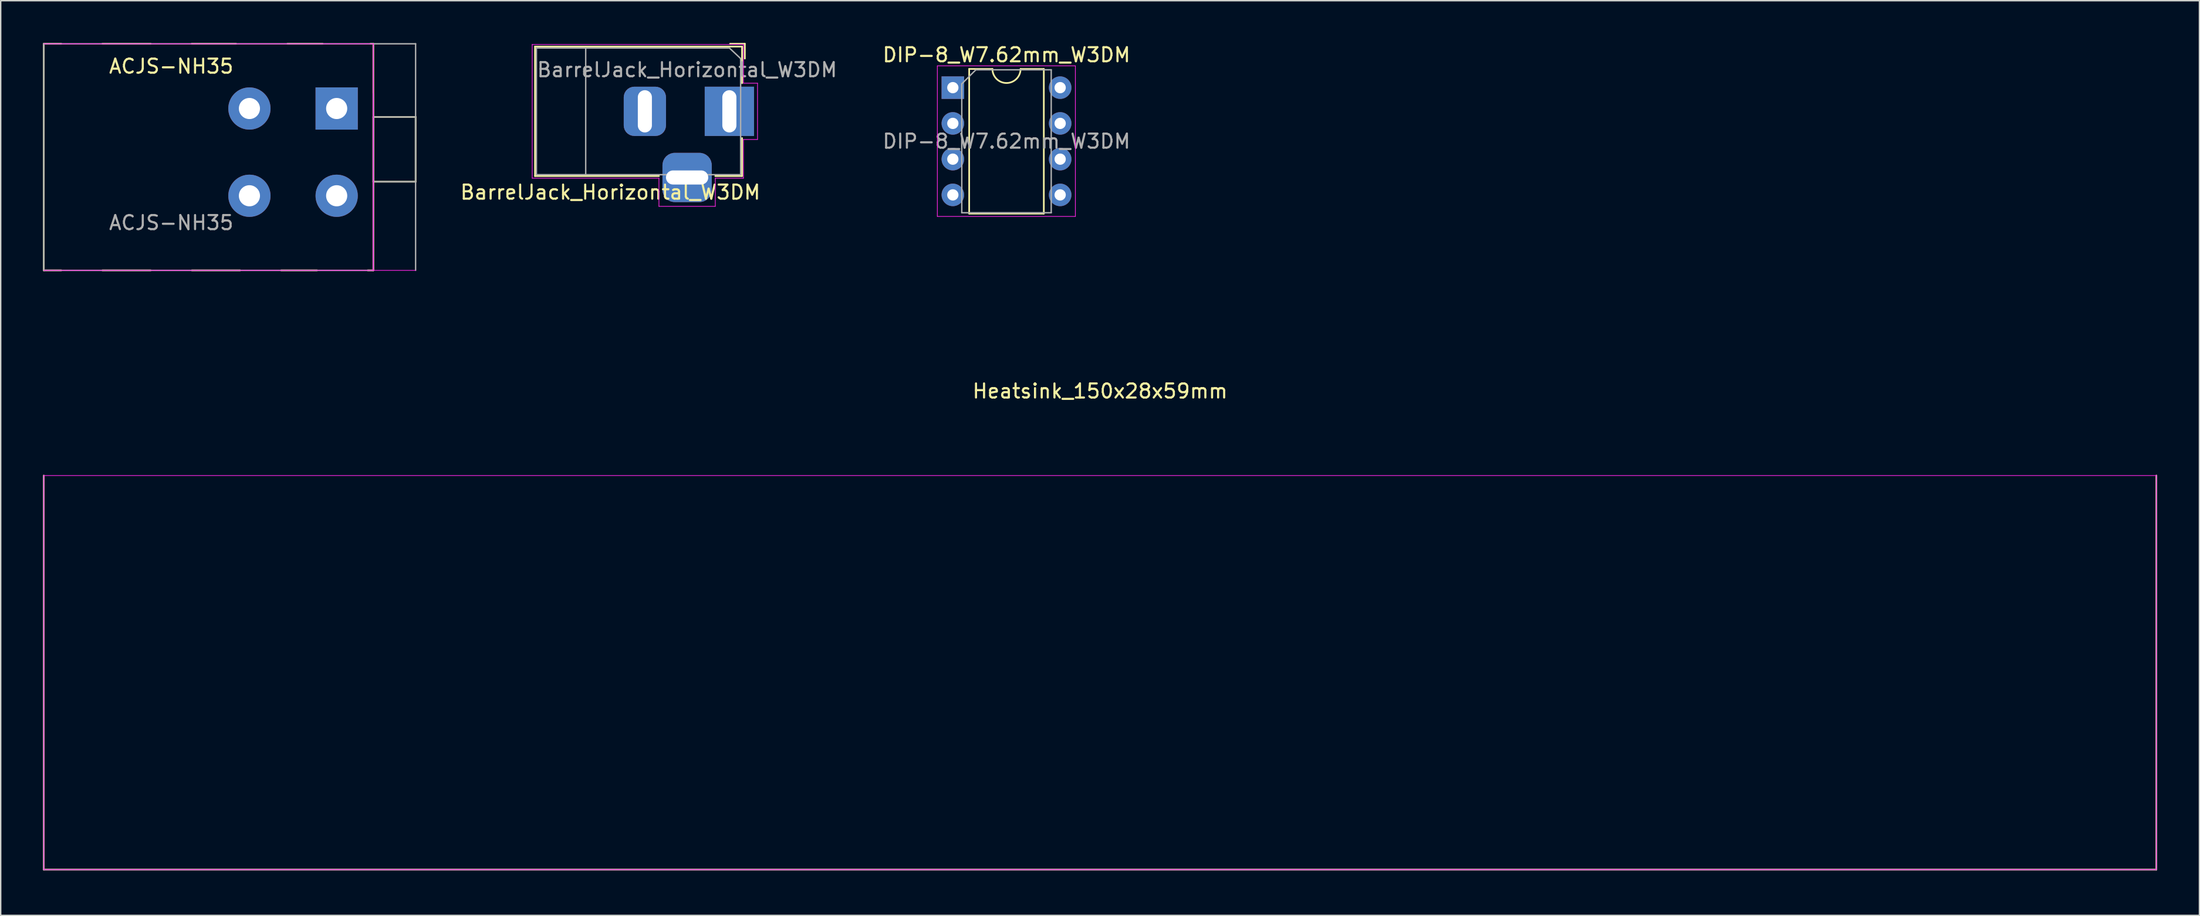
<source format=kicad_pcb>
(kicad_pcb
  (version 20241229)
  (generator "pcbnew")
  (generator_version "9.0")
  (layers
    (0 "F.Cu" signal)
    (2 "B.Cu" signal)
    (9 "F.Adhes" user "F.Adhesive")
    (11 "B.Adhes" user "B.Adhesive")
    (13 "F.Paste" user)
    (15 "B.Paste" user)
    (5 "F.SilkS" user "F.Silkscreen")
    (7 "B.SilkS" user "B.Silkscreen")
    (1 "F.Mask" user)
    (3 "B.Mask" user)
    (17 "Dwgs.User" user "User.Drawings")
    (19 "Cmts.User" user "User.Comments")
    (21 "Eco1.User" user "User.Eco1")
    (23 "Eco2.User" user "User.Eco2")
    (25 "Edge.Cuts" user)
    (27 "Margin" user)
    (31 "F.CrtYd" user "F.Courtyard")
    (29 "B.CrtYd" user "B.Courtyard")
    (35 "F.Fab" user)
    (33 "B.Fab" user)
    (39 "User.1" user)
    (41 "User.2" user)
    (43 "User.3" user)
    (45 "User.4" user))
  (footprint "BarrelJack_Horizontal_W3DM"
    (layer "F.Cu")
    (at 48.738 4.86)
    (property "Reference" "BarrelJack_Horizontal_W3DM" (at -8.45 5.75 0) (layer "F.SilkS") (effects (font (size 1 1) (thickness 0.15))))
    (attr through_hole)
    (fp_line (start -13.8 -4.6) (end 0.9 -4.6) (stroke (width 0.12) (type solid)) (layer "F.SilkS"))
    (fp_line (start -13.8 4.6) (end -13.8 -4.6) (stroke (width 0.12) (type solid)) (layer "F.SilkS"))
    (fp_line (start -5 4.6) (end -13.8 4.6) (stroke (width 0.12) (type solid)) (layer "F.SilkS"))
    (fp_line (start 0.05 -4.8) (end 1.1 -4.8) (stroke (width 0.12) (type solid)) (layer "F.SilkS"))
    (fp_line (start 0.9 -4.6) (end 0.9 -2) (stroke (width 0.12) (type solid)) (layer "F.SilkS"))
    (fp_line (start 0.9 1.9) (end 0.9 4.6) (stroke (width 0.12) (type solid)) (layer "F.SilkS"))
    (fp_line (start 0.9 4.6) (end -1 4.6) (stroke (width 0.12) (type solid)) (layer "F.SilkS"))
    (fp_line (start 1.1 -3.75) (end 1.1 -4.8) (stroke (width 0.12) (type solid)) (layer "F.SilkS"))
    (fp_line (start -14 4.75) (end -14 -4.75) (stroke (width 0.05) (type solid)) (layer "F.CrtYd"))
    (fp_line (start -5 4.75) (end -14 4.75) (stroke (width 0.05) (type solid)) (layer "F.CrtYd"))
    (fp_line (start -5 6.75) (end -5 4.75) (stroke (width 0.05) (type solid)) (layer "F.CrtYd"))
    (fp_line (start -1 4.75) (end -1 6.75) (stroke (width 0.05) (type solid)) (layer "F.CrtYd"))
    (fp_line (start -1 6.75) (end -5 6.75) (stroke (width 0.05) (type solid)) (layer "F.CrtYd"))
    (fp_line (start 1 -4.75) (end -14 -4.75) (stroke (width 0.05) (type solid)) (layer "F.CrtYd"))
    (fp_line (start 1 -4.5) (end 1 -4.75) (stroke (width 0.05) (type solid)) (layer "F.CrtYd"))
    (fp_line (start 1 -4.5) (end 1 -2) (stroke (width 0.05) (type solid)) (layer "F.CrtYd"))
    (fp_line (start 1 -2) (end 2 -2) (stroke (width 0.05) (type solid)) (layer "F.CrtYd"))
    (fp_line (start 1 2) (end 1 4.75) (stroke (width 0.05) (type solid)) (layer "F.CrtYd"))
    (fp_line (start 1 4.75) (end -1 4.75) (stroke (width 0.05) (type solid)) (layer "F.CrtYd"))
    (fp_line (start 2 -2) (end 2 2) (stroke (width 0.05) (type solid)) (layer "F.CrtYd"))
    (fp_line (start 2 2) (end 1 2) (stroke (width 0.05) (type solid)) (layer "F.CrtYd"))
    (fp_line (start -13.7 -4.5) (end -13.7 4.5) (stroke (width 0.1) (type solid)) (layer "F.Fab"))
    (fp_line (start -13.7 4.5) (end 0.8 4.5) (stroke (width 0.1) (type solid)) (layer "F.Fab"))
    (fp_line (start -10.2 -4.5) (end -10.2 4.5) (stroke (width 0.1) (type solid)) (layer "F.Fab"))
    (fp_line (start -0.003 -4.505) (end 0.8 -3.75) (stroke (width 0.1) (type solid)) (layer "F.Fab"))
    (fp_line (start 0 -4.5) (end -13.7 -4.5) (stroke (width 0.1) (type solid)) (layer "F.Fab"))
    (fp_line (start 0.8 4.5) (end 0.8 -3.75) (stroke (width 0.1) (type solid)) (layer "F.Fab"))
    (fp_text user "${REFERENCE}" (at -3 -2.95 0) (layer "F.Fab") (effects (font (size 1 1) (thickness 0.15))))
    (pad "1" thru_hole rect (at 0 0) (size 3.5 3.5) (drill oval 1 3) (layers "*.Cu" "*.Mask"))
    (pad "2" thru_hole roundrect (at -6 0) (size 3 3.5) (drill oval 1 3) (layers "*.Cu" "*.Mask") (roundrect_rratio 0.25))
    (pad "3" thru_hole roundrect (at -3 4.7) (size 3.5 3.5) (drill oval 3 1) (layers "*.Cu" "*.Mask") (roundrect_rratio 0.25)))
  (footprint "Heatsink_150x28x59mm"
    (layer "F.Cu")
    (at 75.06 58.739)
    (property "Reference" "Heatsink_150x28x59mm" (at 0 -34 0) (layer "F.SilkS") (effects (font (size 1 1) (thickness 0.15))))
    (attr through_hole)
    (fp_line (start -75 0) (end -75 -28) (stroke (width 0.12) (type solid)) (layer "F.SilkS"))
    (fp_line (start 75 -28) (end 75 0) (stroke (width 0.12) (type solid)) (layer "F.SilkS"))
    (fp_line (start 75 0) (end -75 0) (stroke (width 0.12) (type solid)) (layer "F.SilkS"))
    (fp_line (start -75 -28) (end -75 0) (stroke (width 0.05) (type solid)) (layer "F.CrtYd"))
    (fp_line (start -75 -28) (end 75 -28) (stroke (width 0.05) (type solid)) (layer "F.CrtYd"))
    (fp_line (start 75 0) (end -75 0) (stroke (width 0.05) (type solid)) (layer "F.CrtYd"))
    (fp_line (start 75 0) (end 75 -28) (stroke (width 0.05) (type solid)) (layer "F.CrtYd"))
    (fp_line (start -75 -28) (end -75 0) (stroke (width 0.1) (type solid)) (layer "F.Fab"))
    (fp_line (start -75 0) (end 75 0) (stroke (width 0.1) (type solid)) (layer "F.Fab"))
    (fp_line (start 75 -28) (end 75 0) (stroke (width 0.1) (type solid)) (layer "F.Fab")))
  (footprint "ACJS-NH35"
    (layer "F.Cu")
    (at 14.66 4.66)
    (property "Reference" "ACJS-NH35" (at -5.55 -3 180) (layer "F.SilkS") (effects (font (size 1 1) (thickness 0.15))))
    (attr through_hole)
    (fp_line (start -14.6 -4.6) (end -14.6 11.5) (stroke (width 0.12) (type solid)) (layer "F.SilkS"))
    (fp_line (start -14.6 -4.6) (end -13.36 -4.6) (stroke (width 0.12) (type solid)) (layer "F.SilkS"))
    (fp_line (start -14.6 11.5) (end -13.36 11.5) (stroke (width 0.12) (type solid)) (layer "F.SilkS"))
    (fp_line (start -10.44 -4.6) (end -7.01 -4.6) (stroke (width 0.12) (type solid)) (layer "F.SilkS"))
    (fp_line (start -7.01 11.5) (end -10.44 11.5) (stroke (width 0.12) (type solid)) (layer "F.SilkS"))
    (fp_line (start -4.1 -4.6) (end -0.95 -4.6) (stroke (width 0.12) (type solid)) (layer "F.SilkS"))
    (fp_line (start -0.66 11.5) (end -4.09 11.5) (stroke (width 0.12) (type solid)) (layer "F.SilkS"))
    (fp_line (start 4.8 11.5) (end 2.25 11.5) (stroke (width 0.12) (type solid)) (layer "F.SilkS"))
    (fp_line (start 5.2 -4.6) (end 2.7 -4.6) (stroke (width 0.12) (type solid)) (layer "F.SilkS"))
    (fp_line (start 8.8 -4.6) (end 8.6 -4.6) (stroke (width 0.12) (type solid)) (layer "F.SilkS"))
    (fp_line (start 8.8 -4.6) (end 8.8 11.5) (stroke (width 0.12) (type solid)) (layer "F.SilkS"))
    (fp_line (start 8.8 0.6) (end 8.8 5.2) (stroke (width 0.12) (type solid)) (layer "F.SilkS"))
    (fp_line (start 8.8 11.5) (end 8.4 11.5) (stroke (width 0.12) (type solid)) (layer "F.SilkS"))
    (fp_line (start 11.8 0.6) (end 8.8 0.6) (stroke (width 0.12) (type solid)) (layer "F.SilkS"))
    (fp_line (start 11.8 0.6) (end 11.8 5.2) (stroke (width 0.12) (type solid)) (layer "F.SilkS"))
    (fp_line (start 11.8 5.2) (end 8.8 5.2) (stroke (width 0.12) (type solid)) (layer "F.SilkS"))
    (fp_line (start -14.6 11.5) (end 11.8 11.5) (stroke (width 0.05) (type solid)) (layer "F.CrtYd"))
    (fp_line (start 8.8 -4.6) (end -14.6 -4.6) (stroke (width 0.05) (type solid)) (layer "F.CrtYd"))
    (fp_line (start 8.8 -4.6) (end 8.8 11.5) (stroke (width 0.05) (type solid)) (layer "F.CrtYd"))
    (fp_line (start 8.8 -4.6) (end 8.8 11.5) (stroke (width 0.05) (type solid)) (layer "F.CrtYd"))
    (fp_line (start -14.6 -4.6) (end 11.8 -4.6) (stroke (width 0.1) (type solid)) (layer "F.Fab"))
    (fp_line (start -14.6 11.5) (end -14.6 -4.6) (stroke (width 0.1) (type solid)) (layer "F.Fab"))
    (fp_line (start 8.8 -1.05) (end 8.8 11.5) (stroke (width 0.1) (type solid)) (layer "F.Fab"))
    (fp_line (start 8.8 0.6) (end 8.8 5.2) (stroke (width 0.1) (type solid)) (layer "F.Fab"))
    (fp_line (start 8.8 5.2) (end 11.8 5.2) (stroke (width 0.1) (type solid)) (layer "F.Fab"))
    (fp_line (start 8.8 11.5) (end -14.6 11.5) (stroke (width 0.1) (type solid)) (layer "F.Fab"))
    (fp_line (start 11.8 0.6) (end 8.8 0.6) (stroke (width 0.1) (type solid)) (layer "F.Fab"))
    (fp_line (start 11.8 11.5) (end 11.8 -4.6) (stroke (width 0.1) (type solid)) (layer "F.Fab"))
    (fp_text user "${REFERENCE}" (at -5.55 8.115 180) (layer "F.Fab") (effects (font (size 1 1) (thickness 0.15))))
    (pad "" connect circle (at -5.55 0) (size 0.001 0.001) (layers "F.Mask"))
    (pad "" connect circle (at 4.45 16.23) (size 0.001 0.001) (layers "F.Mask"))
    (pad "S" thru_hole rect (at 6.195 0) (size 3 3) (drill 1.5) (layers "*.Cu" "*.Mask"))
    (pad "SN" thru_hole circle (at 6.195 6.2) (size 3 3) (drill 1.5) (layers "*.Cu" "*.Mask"))
    (pad "T" thru_hole circle (at 0 0) (size 3 3) (drill 1.5) (layers "*.Cu" "*.Mask"))
    (pad "TN" thru_hole circle (at 0 6.2) (size 3 3) (drill 1.5) (layers "*.Cu" "*.Mask")))
  (footprint "DIP-8_W7.62mm_W3DM"
    (layer "F.Cu")
    (at 64.606 3.178)
    (property "Reference" "DIP-8_W7.62mm_W3DM" (at 3.81 -2.33 0) (layer "F.SilkS") (effects (font (size 1 1) (thickness 0.15))))
    (attr through_hole)
    (fp_line (start 1.16 -1.33) (end 1.16 8.95) (stroke (width 0.12) (type solid)) (layer "F.SilkS"))
    (fp_line (start 1.16 8.95) (end 6.46 8.95) (stroke (width 0.12) (type solid)) (layer "F.SilkS"))
    (fp_line (start 2.81 -1.33) (end 1.16 -1.33) (stroke (width 0.12) (type solid)) (layer "F.SilkS"))
    (fp_line (start 6.46 -1.33) (end 4.81 -1.33) (stroke (width 0.12) (type solid)) (layer "F.SilkS"))
    (fp_line (start 6.46 8.95) (end 6.46 -1.33) (stroke (width 0.12) (type solid)) (layer "F.SilkS"))
    (fp_arc (start 4.81 -1.33) (mid 3.81 -0.33) (end 2.81 -1.33) (stroke (width 0.12) (type solid)) (layer "F.SilkS"))
    (fp_line (start -1.1 -1.55) (end -1.1 9.15) (stroke (width 0.05) (type solid)) (layer "F.CrtYd"))
    (fp_line (start -1.1 9.15) (end 8.7 9.15) (stroke (width 0.05) (type solid)) (layer "F.CrtYd"))
    (fp_line (start 8.7 -1.55) (end -1.1 -1.55) (stroke (width 0.05) (type solid)) (layer "F.CrtYd"))
    (fp_line (start 8.7 9.15) (end 8.7 -1.55) (stroke (width 0.05) (type solid)) (layer "F.CrtYd"))
    (fp_line (start 0.635 -0.27) (end 1.635 -1.27) (stroke (width 0.1) (type solid)) (layer "F.Fab"))
    (fp_line (start 0.635 8.89) (end 0.635 -0.27) (stroke (width 0.1) (type solid)) (layer "F.Fab"))
    (fp_line (start 1.635 -1.27) (end 6.985 -1.27) (stroke (width 0.1) (type solid)) (layer "F.Fab"))
    (fp_line (start 6.985 -1.27) (end 6.985 8.89) (stroke (width 0.1) (type solid)) (layer "F.Fab"))
    (fp_line (start 6.985 8.89) (end 0.635 8.89) (stroke (width 0.1) (type solid)) (layer "F.Fab"))
    (fp_text user "${REFERENCE}" (at 3.81 3.81 0) (layer "F.Fab") (effects (font (size 1 1) (thickness 0.15))))
    (pad "1" thru_hole rect (at 0 0) (size 1.6 1.6) (drill 0.8) (layers "*.Cu" "*.Mask"))
    (pad "2" thru_hole oval (at 0 2.54) (size 1.6 1.6) (drill 0.8) (layers "*.Cu" "*.Mask"))
    (pad "3" thru_hole oval (at 0 5.08) (size 1.6 1.6) (drill 0.8) (layers "*.Cu" "*.Mask"))
    (pad "4" thru_hole oval (at 0 7.62) (size 1.6 1.6) (drill 0.8) (layers "*.Cu" "*.Mask"))
    (pad "5" thru_hole oval (at 7.62 7.62) (size 1.6 1.6) (drill 0.8) (layers "*.Cu" "*.Mask"))
    (pad "6" thru_hole oval (at 7.62 5.08) (size 1.6 1.6) (drill 0.8) (layers "*.Cu" "*.Mask"))
    (pad "7" thru_hole oval (at 7.62 2.54) (size 1.6 1.6) (drill 0.8) (layers "*.Cu" "*.Mask"))
    (pad "8" thru_hole oval (at 7.62 0) (size 1.6 1.6) (drill 0.8) (layers "*.Cu" "*.Mask")))
  (gr_rect
    (start -3 -3)
    (end 153.12 61.989)
    (stroke (width 0.1) (type default))
    (fill no)
    (layer "Edge.Cuts")))
</source>
